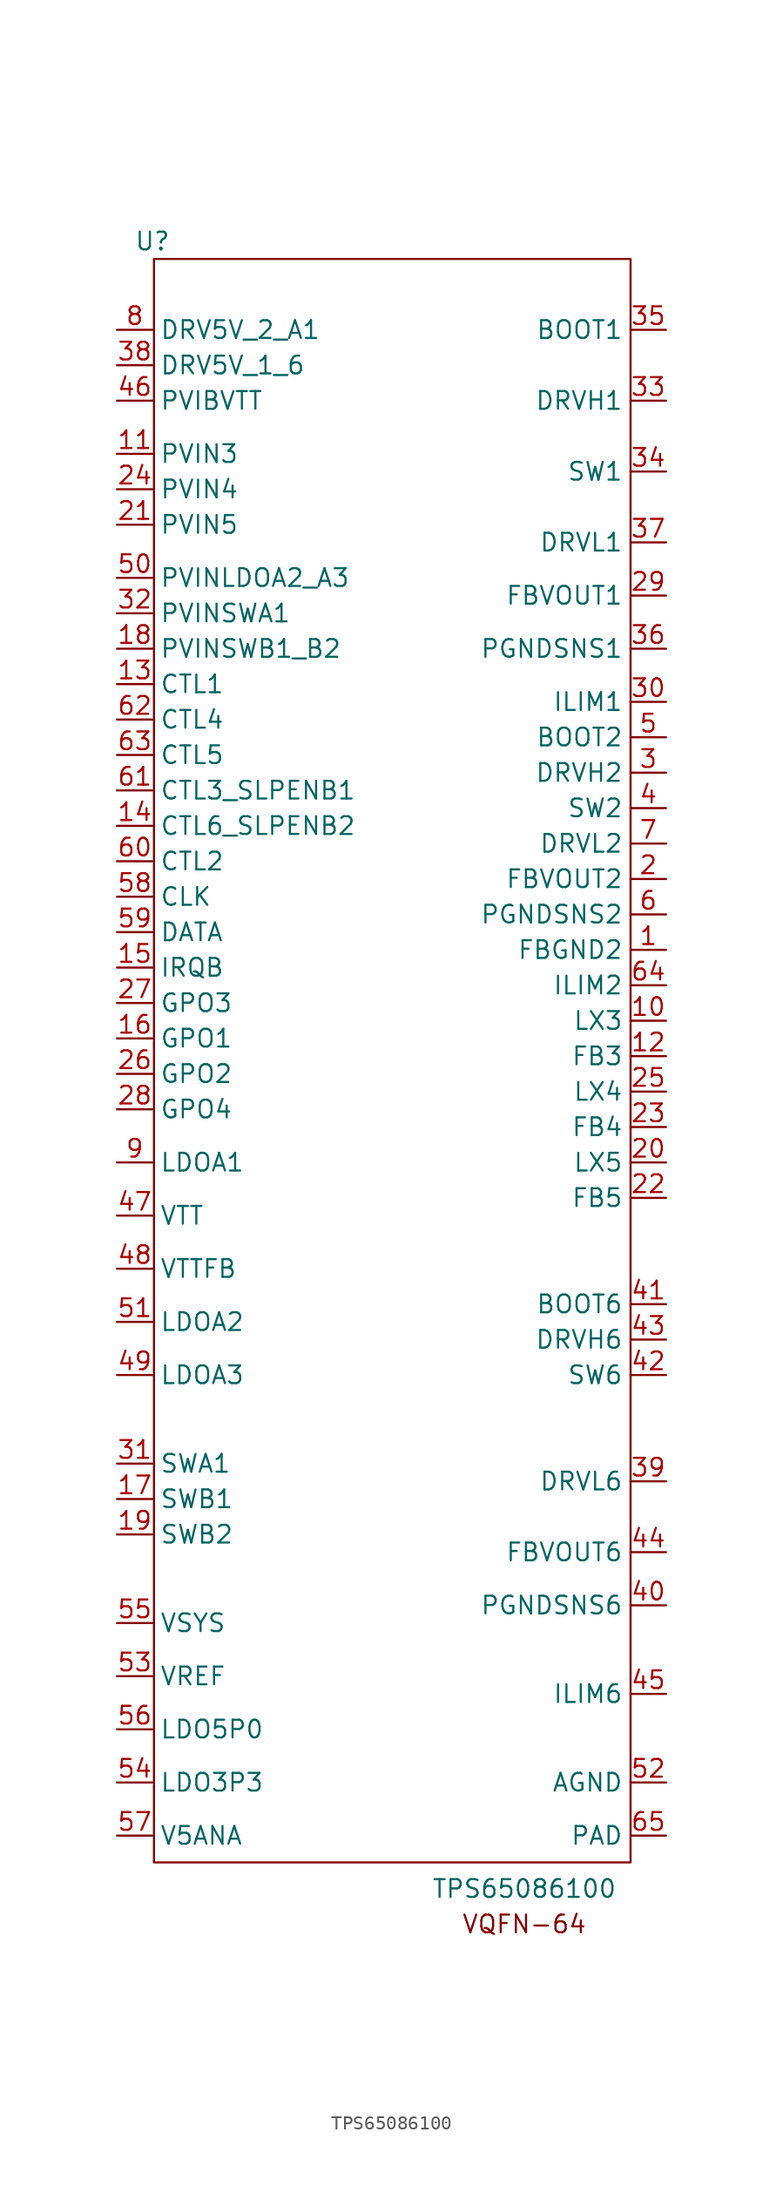
<source format=kicad_sym>
(kicad_symbol_lib
  (version 20201005)
  (generator kicad_symbol_editor)
  (symbol "BeagleV:TPS65086100"
    (property "Reference" "U"
      (at -16.51 58.42 0)
      (effects (font (size 1.27 1.27))))
    (property "Value" "TPS65086100"
      (at 10.16 -59.69 0)
      (effects (font (size 1.27 1.27))))
    (symbol "TPS65086100_0_0"
      (text "VQFN-64" (at 10.16 -62.23 0) (effects (font (size 1.27 1.27)))))
    (symbol "TPS65086100_0_1"
      (rectangle (start -16.4 57.15) (end 17.78 -57.8) (stroke (width 0.152)) (fill (type none))))
    (symbol "TPS65086100_1_1"
      (pin input line (at 20.32 7.62 180) (length 2.54) (name "FBGND2" (effects (font (size 1.27 1.27)))) (number "1" (effects (font (size 1.27 1.27)))))
      (pin input line (at 20.32 2.54 180) (length 2.54) (name "LX3" (effects (font (size 1.27 1.27)))) (number "10" (effects (font (size 1.27 1.27)))))
      (pin power_in line (at -19.05 43.18 0) (length 2.54) (name "PVIN3" (effects (font (size 1.27 1.27)))) (number "11" (effects (font (size 1.27 1.27)))))
      (pin input line (at 20.32 0 180) (length 2.54) (name "FB3" (effects (font (size 1.27 1.27)))) (number "12" (effects (font (size 1.27 1.27)))))
      (pin input line (at -19.05 26.67 0) (length 2.54) (name "CTL1" (effects (font (size 1.27 1.27)))) (number "13" (effects (font (size 1.27 1.27)))))
      (pin input line (at -19.05 16.51 0) (length 2.54) (name "CTL6_SLPENB2" (effects (font (size 1.27 1.27)))) (number "14" (effects (font (size 1.27 1.27)))))
      (pin output line (at -19.05 6.35 0) (length 2.54) (name "IRQB" (effects (font (size 1.27 1.27)))) (number "15" (effects (font (size 1.27 1.27)))))
      (pin output line (at -19.05 1.27 0) (length 2.54) (name "GPO1" (effects (font (size 1.27 1.27)))) (number "16" (effects (font (size 1.27 1.27)))))
      (pin input line (at -19.05 -31.75 0) (length 2.54) (name "SWB1" (effects (font (size 1.27 1.27)))) (number "17" (effects (font (size 1.27 1.27)))))
      (pin power_in line (at -19.05 29.21 0) (length 2.54) (name "PVINSWB1_B2" (effects (font (size 1.27 1.27)))) (number "18" (effects (font (size 1.27 1.27)))))
      (pin input line (at -19.05 -34.29 0) (length 2.54) (name "SWB2" (effects (font (size 1.27 1.27)))) (number "19" (effects (font (size 1.27 1.27)))))
      (pin power_out line (at 20.32 12.7 180) (length 2.54) (name "FBVOUT2" (effects (font (size 1.27 1.27)))) (number "2" (effects (font (size 1.27 1.27)))))
      (pin input line (at 20.32 -7.62 180) (length 2.54) (name "LX5" (effects (font (size 1.27 1.27)))) (number "20" (effects (font (size 1.27 1.27)))))
      (pin power_in line (at -19.05 38.1 0) (length 2.54) (name "PVIN5" (effects (font (size 1.27 1.27)))) (number "21" (effects (font (size 1.27 1.27)))))
      (pin input line (at 20.32 -10.16 180) (length 2.54) (name "FB5" (effects (font (size 1.27 1.27)))) (number "22" (effects (font (size 1.27 1.27)))))
      (pin input line (at 20.32 -5.08 180) (length 2.54) (name "FB4" (effects (font (size 1.27 1.27)))) (number "23" (effects (font (size 1.27 1.27)))))
      (pin power_in line (at -19.05 40.64 0) (length 2.54) (name "PVIN4" (effects (font (size 1.27 1.27)))) (number "24" (effects (font (size 1.27 1.27)))))
      (pin input line (at 20.32 -2.54 180) (length 2.54) (name "LX4" (effects (font (size 1.27 1.27)))) (number "25" (effects (font (size 1.27 1.27)))))
      (pin output line (at -19.05 -1.27 0) (length 2.54) (name "GPO2" (effects (font (size 1.27 1.27)))) (number "26" (effects (font (size 1.27 1.27)))))
      (pin output line (at -19.05 3.81 0) (length 2.54) (name "GPO3" (effects (font (size 1.27 1.27)))) (number "27" (effects (font (size 1.27 1.27)))))
      (pin output line (at -19.05 -3.81 0) (length 2.54) (name "GPO4" (effects (font (size 1.27 1.27)))) (number "28" (effects (font (size 1.27 1.27)))))
      (pin power_out line (at 20.32 33.02 180) (length 2.54) (name "FBVOUT1" (effects (font (size 1.27 1.27)))) (number "29" (effects (font (size 1.27 1.27)))))
      (pin output line (at 20.32 20.32 180) (length 2.54) (name "DRVH2" (effects (font (size 1.27 1.27)))) (number "3" (effects (font (size 1.27 1.27)))))
      (pin input line (at 20.32 25.4 180) (length 2.54) (name "ILIM1" (effects (font (size 1.27 1.27)))) (number "30" (effects (font (size 1.27 1.27)))))
      (pin input line (at -19.05 -29.21 0) (length 2.54) (name "SWA1" (effects (font (size 1.27 1.27)))) (number "31" (effects (font (size 1.27 1.27)))))
      (pin power_in line (at -19.05 31.75 0) (length 2.54) (name "PVINSWA1" (effects (font (size 1.27 1.27)))) (number "32" (effects (font (size 1.27 1.27)))))
      (pin output line (at 20.32 46.99 180) (length 2.54) (name "DRVH1" (effects (font (size 1.27 1.27)))) (number "33" (effects (font (size 1.27 1.27)))))
      (pin input line (at 20.32 41.91 180) (length 2.54) (name "SW1" (effects (font (size 1.27 1.27)))) (number "34" (effects (font (size 1.27 1.27)))))
      (pin input line (at 20.32 52.07 180) (length 2.54) (name "BOOT1" (effects (font (size 1.27 1.27)))) (number "35" (effects (font (size 1.27 1.27)))))
      (pin input line (at 20.32 29.21 180) (length 2.54) (name "PGNDSNS1" (effects (font (size 1.27 1.27)))) (number "36" (effects (font (size 1.27 1.27)))))
      (pin output line (at 20.32 36.83 180) (length 2.54) (name "DRVL1" (effects (font (size 1.27 1.27)))) (number "37" (effects (font (size 1.27 1.27)))))
      (pin input line (at -19.05 49.53 0) (length 2.54) (name "DRV5V_1_6" (effects (font (size 1.27 1.27)))) (number "38" (effects (font (size 1.27 1.27)))))
      (pin output line (at 20.32 -30.48 180) (length 2.54) (name "DRVL6" (effects (font (size 1.27 1.27)))) (number "39" (effects (font (size 1.27 1.27)))))
      (pin input line (at 20.32 17.78 180) (length 2.54) (name "SW2" (effects (font (size 1.27 1.27)))) (number "4" (effects (font (size 1.27 1.27)))))
      (pin input line (at 20.32 -39.37 180) (length 2.54) (name "PGNDSNS6" (effects (font (size 1.27 1.27)))) (number "40" (effects (font (size 1.27 1.27)))))
      (pin input line (at 20.32 -17.78 180) (length 2.54) (name "BOOT6" (effects (font (size 1.27 1.27)))) (number "41" (effects (font (size 1.27 1.27)))))
      (pin input line (at 20.32 -22.86 180) (length 2.54) (name "SW6" (effects (font (size 1.27 1.27)))) (number "42" (effects (font (size 1.27 1.27)))))
      (pin output line (at 20.32 -20.32 180) (length 2.54) (name "DRVH6" (effects (font (size 1.27 1.27)))) (number "43" (effects (font (size 1.27 1.27)))))
      (pin power_out line (at 20.32 -35.56 180) (length 2.54) (name "FBVOUT6" (effects (font (size 1.27 1.27)))) (number "44" (effects (font (size 1.27 1.27)))))
      (pin input line (at 20.32 -45.72 180) (length 2.54) (name "ILIM6" (effects (font (size 1.27 1.27)))) (number "45" (effects (font (size 1.27 1.27)))))
      (pin power_in line (at -19.05 46.99 0) (length 2.54) (name "PVIBVTT" (effects (font (size 1.27 1.27)))) (number "46" (effects (font (size 1.27 1.27)))))
      (pin power_out line (at -19.05 -11.43 0) (length 2.54) (name "VTT" (effects (font (size 1.27 1.27)))) (number "47" (effects (font (size 1.27 1.27)))))
      (pin input line (at -19.05 -15.24 0) (length 2.54) (name "VTTFB" (effects (font (size 1.27 1.27)))) (number "48" (effects (font (size 1.27 1.27)))))
      (pin power_out line (at -19.05 -22.86 0) (length 2.54) (name "LDOA3" (effects (font (size 1.27 1.27)))) (number "49" (effects (font (size 1.27 1.27)))))
      (pin input line (at 20.32 22.86 180) (length 2.54) (name "BOOT2" (effects (font (size 1.27 1.27)))) (number "5" (effects (font (size 1.27 1.27)))))
      (pin power_in line (at -19.05 34.29 0) (length 2.54) (name "PVINLDOA2_A3" (effects (font (size 1.27 1.27)))) (number "50" (effects (font (size 1.27 1.27)))))
      (pin power_out line (at -19.05 -19.05 0) (length 2.54) (name "LDOA2" (effects (font (size 1.27 1.27)))) (number "51" (effects (font (size 1.27 1.27)))))
      (pin passive line (at 20.32 -52.07 180) (length 2.54) (name "AGND" (effects (font (size 1.27 1.27)))) (number "52" (effects (font (size 1.27 1.27)))))
      (pin power_in line (at -19.05 -44.45 0) (length 2.54) (name "VREF" (effects (font (size 1.27 1.27)))) (number "53" (effects (font (size 1.27 1.27)))))
      (pin power_out line (at -19.05 -52.07 0) (length 2.54) (name "LDO3P3" (effects (font (size 1.27 1.27)))) (number "54" (effects (font (size 1.27 1.27)))))
      (pin power_in line (at -19.05 -40.64 0) (length 2.54) (name "VSYS" (effects (font (size 1.27 1.27)))) (number "55" (effects (font (size 1.27 1.27)))))
      (pin power_out line (at -19.05 -48.26 0) (length 2.54) (name "LDO5P0" (effects (font (size 1.27 1.27)))) (number "56" (effects (font (size 1.27 1.27)))))
      (pin power_in line (at -19.05 -55.88 0) (length 2.54) (name "V5ANA" (effects (font (size 1.27 1.27)))) (number "57" (effects (font (size 1.27 1.27)))))
      (pin input line (at -19.05 11.43 0) (length 2.54) (name "CLK" (effects (font (size 1.27 1.27)))) (number "58" (effects (font (size 1.27 1.27)))))
      (pin bidirectional line (at -19.05 8.89 0) (length 2.54) (name "DATA" (effects (font (size 1.27 1.27)))) (number "59" (effects (font (size 1.27 1.27)))))
      (pin input line (at 20.32 10.16 180) (length 2.54) (name "PGNDSNS2" (effects (font (size 1.27 1.27)))) (number "6" (effects (font (size 1.27 1.27)))))
      (pin input line (at -19.05 13.97 0) (length 2.54) (name "CTL2" (effects (font (size 1.27 1.27)))) (number "60" (effects (font (size 1.27 1.27)))))
      (pin input line (at -19.05 19.05 0) (length 2.54) (name "CTL3_SLPENB1" (effects (font (size 1.27 1.27)))) (number "61" (effects (font (size 1.27 1.27)))))
      (pin input line (at -19.05 24.13 0) (length 2.54) (name "CTL4" (effects (font (size 1.27 1.27)))) (number "62" (effects (font (size 1.27 1.27)))))
      (pin input line (at -19.05 21.59 0) (length 2.54) (name "CTL5" (effects (font (size 1.27 1.27)))) (number "63" (effects (font (size 1.27 1.27)))))
      (pin input line (at 20.32 5.08 180) (length 2.54) (name "ILIM2" (effects (font (size 1.27 1.27)))) (number "64" (effects (font (size 1.27 1.27)))))
      (pin passive line (at 20.32 -55.88 180) (length 2.54) (name "PAD" (effects (font (size 1.27 1.27)))) (number "65" (effects (font (size 1.27 1.27)))))
      (pin output line (at 20.32 15.24 180) (length 2.54) (name "DRVL2" (effects (font (size 1.27 1.27)))) (number "7" (effects (font (size 1.27 1.27)))))
      (pin input line (at -19.05 52.07 0) (length 2.54) (name "DRV5V_2_A1" (effects (font (size 1.27 1.27)))) (number "8" (effects (font (size 1.27 1.27)))))
      (pin power_out line (at -19.05 -7.62 0) (length 2.54) (name "LDOA1" (effects (font (size 1.27 1.27)))) (number "9" (effects (font (size 1.27 1.27))))))))
</source>
